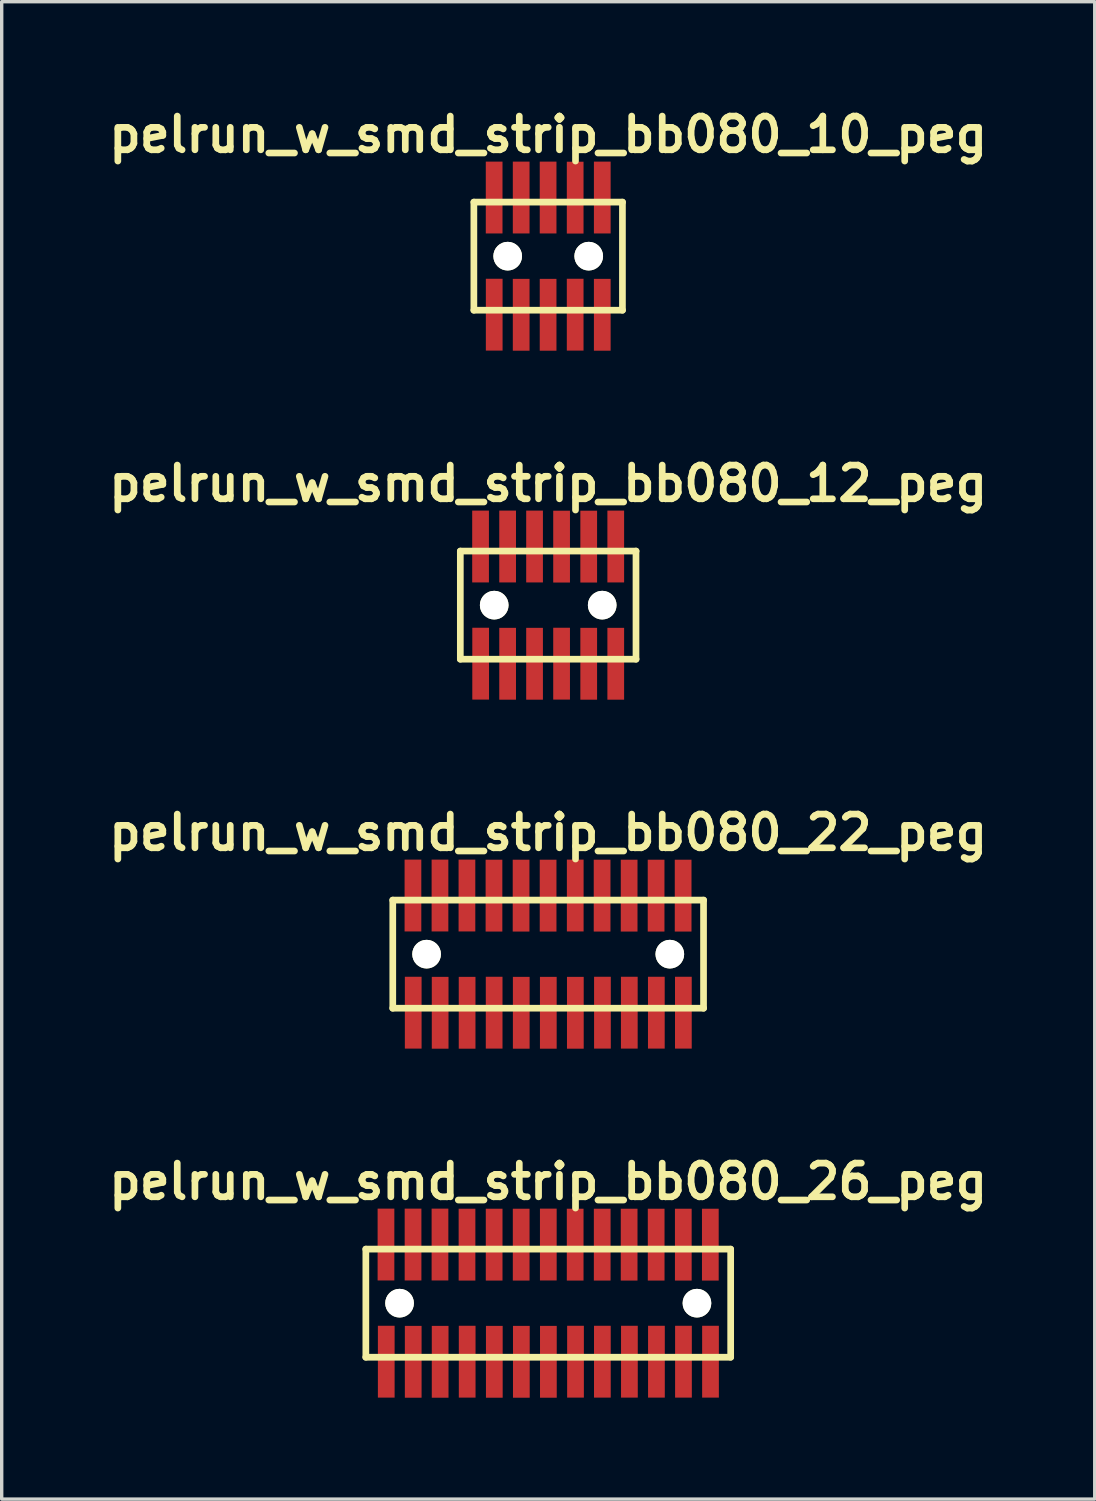
<source format=kicad_pcb>
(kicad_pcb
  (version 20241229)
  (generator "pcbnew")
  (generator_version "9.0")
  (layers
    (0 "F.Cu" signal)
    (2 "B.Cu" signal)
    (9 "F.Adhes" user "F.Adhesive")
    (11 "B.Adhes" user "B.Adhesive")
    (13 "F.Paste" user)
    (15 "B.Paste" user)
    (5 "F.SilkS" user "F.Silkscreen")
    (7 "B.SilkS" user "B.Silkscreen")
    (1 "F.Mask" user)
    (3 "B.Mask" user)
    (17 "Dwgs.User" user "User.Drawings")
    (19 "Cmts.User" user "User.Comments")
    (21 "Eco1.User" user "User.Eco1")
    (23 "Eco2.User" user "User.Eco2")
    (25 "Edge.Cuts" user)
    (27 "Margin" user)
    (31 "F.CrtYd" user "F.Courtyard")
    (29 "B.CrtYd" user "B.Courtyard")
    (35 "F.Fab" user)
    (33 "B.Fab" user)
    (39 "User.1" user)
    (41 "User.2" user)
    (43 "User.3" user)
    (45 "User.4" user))
  (footprint "pelrun_w_smd_strip_bb080_10_peg"
    (layer "F.Cu")
    (at 13.174 4.531)
    (property "Reference" "pelrun_w_smd_strip_bb080_10_peg" (at 0 -3.599 0) (layer "F.SilkS") (effects (font (size 0.998 0.998) (thickness 0.198))))
    (attr through_hole)
    (fp_line (start -2.2 -1.6) (end -2.2 1.6) (stroke (width 0.198) (type solid)) (layer "F.SilkS"))
    (fp_line (start -2.2 -1.6) (end 2.2 -1.6) (stroke (width 0.198) (type solid)) (layer "F.SilkS"))
    (fp_line (start 2.197 1.6) (end 2.197 -1.6) (stroke (width 0.198) (type solid)) (layer "F.SilkS"))
    (fp_line (start 2.2 1.6) (end -2.2 1.6) (stroke (width 0.198) (type solid)) (layer "F.SilkS"))
    (pad "" np_thru_hole circle (at -1.199 0) (size 0.848 0.848) (drill 0.848) (layers "*.Cu" "*.Mask" "F.SilkS"))
    (pad "" np_thru_hole circle (at 1.199 0) (size 0.848 0.848) (drill 0.848) (layers "*.Cu" "*.Mask" "F.SilkS"))
    (pad "1" smd rect (at -1.598 1.732) (size 0.495 2.126) (layers "F.Cu" "F.Mask" "F.Paste"))
    (pad "2" smd rect (at -1.6 -1.735) (size 0.495 2.126) (layers "F.Cu" "F.Mask" "F.Paste"))
    (pad "3" smd rect (at -0.8 1.735) (size 0.495 2.126) (layers "F.Cu" "F.Mask" "F.Paste"))
    (pad "4" smd rect (at -0.8 -1.735) (size 0.495 2.126) (layers "F.Cu" "F.Mask" "F.Paste"))
    (pad "5" smd rect (at -0.003 1.735) (size 0.495 2.126) (layers "F.Cu" "F.Mask" "F.Paste"))
    (pad "6" smd rect (at -0.003 -1.735) (size 0.495 2.126) (layers "F.Cu" "F.Mask" "F.Paste"))
    (pad "7" smd rect (at 0.798 1.732) (size 0.495 2.126) (layers "F.Cu" "F.Mask" "F.Paste"))
    (pad "8" smd rect (at 0.798 -1.732) (size 0.495 2.126) (layers "F.Cu" "F.Mask" "F.Paste"))
    (pad "9" smd rect (at 1.6 1.735) (size 0.495 2.126) (layers "F.Cu" "F.Mask" "F.Paste"))
    (pad "10" smd rect (at 1.6 -1.735) (size 0.495 2.126) (layers "F.Cu" "F.Mask" "F.Paste")))
  (footprint "pelrun_w_smd_strip_bb080_26_peg"
    (layer "F.Cu")
    (at 13.174 35.517)
    (property "Reference" "pelrun_w_smd_strip_bb080_26_peg" (at 0 -3.599 0) (layer "F.SilkS") (effects (font (size 0.998 0.998) (thickness 0.198))))
    (attr through_hole)
    (fp_line (start -5.4 -1.6) (end 5.4 -1.6) (stroke (width 0.198) (type solid)) (layer "F.SilkS"))
    (fp_line (start -5.397 -1.6) (end -5.397 1.6) (stroke (width 0.198) (type solid)) (layer "F.SilkS"))
    (fp_line (start 5.4 1.6) (end -5.4 1.6) (stroke (width 0.198) (type solid)) (layer "F.SilkS"))
    (fp_line (start 5.4 1.6) (end 5.4 -1.6) (stroke (width 0.198) (type solid)) (layer "F.SilkS"))
    (pad "" np_thru_hole circle (at -4.399 0) (size 0.848 0.848) (drill 0.848) (layers "*.Cu" "*.Mask" "F.SilkS"))
    (pad "" np_thru_hole circle (at 4.402 0) (size 0.848 0.848) (drill 0.848) (layers "*.Cu" "*.Mask" "F.SilkS"))
    (pad "1" smd rect (at -4.793 1.732) (size 0.495 2.126) (layers "F.Cu" "F.Mask" "F.Paste"))
    (pad "2" smd rect (at -4.801 -1.735) (size 0.495 2.126) (layers "F.Cu" "F.Mask" "F.Paste"))
    (pad "3" smd rect (at -3.995 1.735) (size 0.495 2.126) (layers "F.Cu" "F.Mask" "F.Paste"))
    (pad "4" smd rect (at -4 -1.735) (size 0.495 2.126) (layers "F.Cu" "F.Mask" "F.Paste"))
    (pad "5" smd rect (at -3.198 1.735) (size 0.495 2.126) (layers "F.Cu" "F.Mask" "F.Paste"))
    (pad "6" smd rect (at -3.203 -1.735) (size 0.495 2.126) (layers "F.Cu" "F.Mask" "F.Paste"))
    (pad "7" smd rect (at -2.398 1.732) (size 0.495 2.126) (layers "F.Cu" "F.Mask" "F.Paste"))
    (pad "8" smd rect (at -2.403 -1.732) (size 0.495 2.126) (layers "F.Cu" "F.Mask" "F.Paste"))
    (pad "9" smd rect (at -1.595 1.735) (size 0.495 2.126) (layers "F.Cu" "F.Mask" "F.Paste"))
    (pad "10" smd rect (at -1.6 -1.732) (size 0.495 2.126) (layers "F.Cu" "F.Mask" "F.Paste"))
    (pad "11" smd rect (at -0.795 1.735) (size 0.495 2.126) (layers "F.Cu" "F.Mask" "F.Paste"))
    (pad "12" smd rect (at -0.8 -1.732) (size 0.495 2.126) (layers "F.Cu" "F.Mask" "F.Paste"))
    (pad "13" smd rect (at 0.005 1.735) (size 0.495 2.126) (layers "F.Cu" "F.Mask" "F.Paste"))
    (pad "14" smd rect (at 0.003 -1.735) (size 0.495 2.126) (layers "F.Cu" "F.Mask" "F.Paste"))
    (pad "15" smd rect (at 0.808 1.732) (size 0.495 2.126) (layers "F.Cu" "F.Mask" "F.Paste"))
    (pad "16" smd rect (at 0.798 -1.732) (size 0.495 2.126) (layers "F.Cu" "F.Mask" "F.Paste"))
    (pad "17" smd rect (at 1.603 1.732) (size 0.495 2.126) (layers "F.Cu" "F.Mask" "F.Paste"))
    (pad "18" smd rect (at 1.598 -1.732) (size 0.495 2.126) (layers "F.Cu" "F.Mask" "F.Paste"))
    (pad "19" smd rect (at 2.403 1.732) (size 0.495 2.126) (layers "F.Cu" "F.Mask" "F.Paste"))
    (pad "20" smd rect (at 2.395 -1.732) (size 0.495 2.126) (layers "F.Cu" "F.Mask" "F.Paste"))
    (pad "21" smd rect (at 3.203 1.732) (size 0.495 2.126) (layers "F.Cu" "F.Mask" "F.Paste"))
    (pad "22" smd rect (at 3.195 -1.732) (size 0.495 2.126) (layers "F.Cu" "F.Mask" "F.Paste"))
    (pad "23" smd rect (at 4.003 1.732) (size 0.495 2.126) (layers "F.Cu" "F.Mask" "F.Paste"))
    (pad "24" smd rect (at 3.998 -1.732) (size 0.495 2.126) (layers "F.Cu" "F.Mask" "F.Paste"))
    (pad "25" smd rect (at 4.803 1.732) (size 0.495 2.126) (layers "F.Cu" "F.Mask" "F.Paste"))
    (pad "26" smd rect (at 4.798 -1.732) (size 0.495 2.126) (layers "F.Cu" "F.Mask" "F.Paste")))
  (footprint "pelrun_w_smd_strip_bb080_22_peg"
    (layer "F.Cu")
    (at 13.174 25.188)
    (property "Reference" "pelrun_w_smd_strip_bb080_22_peg" (at 0 -3.599 0) (layer "F.SilkS") (effects (font (size 0.998 0.998) (thickness 0.198))))
    (attr through_hole)
    (fp_line (start -4.602 1.6) (end 4.6 1.6) (stroke (width 0.198) (type solid)) (layer "F.SilkS"))
    (fp_line (start -4.6 -1.6) (end -4.6 1.6) (stroke (width 0.198) (type solid)) (layer "F.SilkS"))
    (fp_line (start 4.597 1.6) (end 4.597 -1.6) (stroke (width 0.198) (type solid)) (layer "F.SilkS"))
    (fp_line (start 4.6 -1.6) (end -4.602 -1.6) (stroke (width 0.198) (type solid)) (layer "F.SilkS"))
    (pad "" np_thru_hole circle (at -3.599 0) (size 0.848 0.848) (drill 0.848) (layers "*.Cu" "*.Mask" "F.SilkS"))
    (pad "" np_thru_hole circle (at 3.599 0) (size 0.848 0.848) (drill 0.848) (layers "*.Cu" "*.Mask" "F.SilkS"))
    (pad "1" smd rect (at -3.995 1.732) (size 0.495 2.126) (layers "F.Cu" "F.Mask" "F.Paste"))
    (pad "2" smd rect (at -4.003 -1.735) (size 0.495 2.126) (layers "F.Cu" "F.Mask" "F.Paste"))
    (pad "3" smd rect (at -3.198 1.735) (size 0.495 2.126) (layers "F.Cu" "F.Mask" "F.Paste"))
    (pad "4" smd rect (at -3.203 -1.735) (size 0.495 2.126) (layers "F.Cu" "F.Mask" "F.Paste"))
    (pad "5" smd rect (at -2.4 1.735) (size 0.495 2.126) (layers "F.Cu" "F.Mask" "F.Paste"))
    (pad "6" smd rect (at -2.405 -1.735) (size 0.495 2.126) (layers "F.Cu" "F.Mask" "F.Paste"))
    (pad "7" smd rect (at -1.6 1.732) (size 0.495 2.126) (layers "F.Cu" "F.Mask" "F.Paste"))
    (pad "8" smd rect (at -1.605 -1.732) (size 0.495 2.126) (layers "F.Cu" "F.Mask" "F.Paste"))
    (pad "9" smd rect (at -0.798 1.735) (size 0.495 2.126) (layers "F.Cu" "F.Mask" "F.Paste"))
    (pad "10" smd rect (at -0.803 -1.732) (size 0.495 2.126) (layers "F.Cu" "F.Mask" "F.Paste"))
    (pad "11" smd rect (at 0.003 1.735) (size 0.495 2.126) (layers "F.Cu" "F.Mask" "F.Paste"))
    (pad "12" smd rect (at -0.003 -1.732) (size 0.495 2.126) (layers "F.Cu" "F.Mask" "F.Paste"))
    (pad "13" smd rect (at 0.803 1.735) (size 0.495 2.126) (layers "F.Cu" "F.Mask" "F.Paste"))
    (pad "14" smd rect (at 0.8 -1.735) (size 0.495 2.126) (layers "F.Cu" "F.Mask" "F.Paste"))
    (pad "15" smd rect (at 1.605 1.732) (size 0.495 2.126) (layers "F.Cu" "F.Mask" "F.Paste"))
    (pad "16" smd rect (at 1.595 -1.732) (size 0.495 2.126) (layers "F.Cu" "F.Mask" "F.Paste"))
    (pad "17" smd rect (at 2.4 1.732) (size 0.495 2.126) (layers "F.Cu" "F.Mask" "F.Paste"))
    (pad "18" smd rect (at 2.395 -1.732) (size 0.495 2.126) (layers "F.Cu" "F.Mask" "F.Paste"))
    (pad "19" smd rect (at 3.2 1.732) (size 0.495 2.126) (layers "F.Cu" "F.Mask" "F.Paste"))
    (pad "20" smd rect (at 3.193 -1.732) (size 0.495 2.126) (layers "F.Cu" "F.Mask" "F.Paste"))
    (pad "21" smd rect (at 4 1.732) (size 0.495 2.126) (layers "F.Cu" "F.Mask" "F.Paste"))
    (pad "22" smd rect (at 3.993 -1.732) (size 0.495 2.126) (layers "F.Cu" "F.Mask" "F.Paste")))
  (footprint "pelrun_w_smd_strip_bb080_12_peg"
    (layer "F.Cu")
    (at 13.174 14.859)
    (property "Reference" "pelrun_w_smd_strip_bb080_12_peg" (at 0 -3.599 0) (layer "F.SilkS") (effects (font (size 0.998 0.998) (thickness 0.198))))
    (attr through_hole)
    (fp_line (start -2.601 -1.6) (end -2.601 1.6) (stroke (width 0.198) (type solid)) (layer "F.SilkS"))
    (fp_line (start -2.601 1.6) (end 2.601 1.6) (stroke (width 0.198) (type solid)) (layer "F.SilkS"))
    (fp_line (start 2.598 1.6) (end 2.598 -1.6) (stroke (width 0.198) (type solid)) (layer "F.SilkS"))
    (fp_line (start 2.601 -1.6) (end -2.601 -1.6) (stroke (width 0.198) (type solid)) (layer "F.SilkS"))
    (pad "" np_thru_hole circle (at -1.598 0) (size 0.848 0.848) (drill 0.848) (layers "*.Cu" "*.Mask" "F.SilkS"))
    (pad "" np_thru_hole circle (at 1.598 0) (size 0.848 0.848) (drill 0.848) (layers "*.Cu" "*.Mask" "F.SilkS"))
    (pad "1" smd rect (at -1.999 1.732) (size 0.495 2.126) (layers "F.Cu" "F.Mask" "F.Paste"))
    (pad "2" smd rect (at -2.002 -1.735) (size 0.495 2.126) (layers "F.Cu" "F.Mask" "F.Paste"))
    (pad "3" smd rect (at -1.201 1.735) (size 0.495 2.126) (layers "F.Cu" "F.Mask" "F.Paste"))
    (pad "4" smd rect (at -1.201 -1.735) (size 0.495 2.126) (layers "F.Cu" "F.Mask" "F.Paste"))
    (pad "5" smd rect (at -0.404 1.735) (size 0.495 2.126) (layers "F.Cu" "F.Mask" "F.Paste"))
    (pad "6" smd rect (at -0.404 -1.735) (size 0.495 2.126) (layers "F.Cu" "F.Mask" "F.Paste"))
    (pad "7" smd rect (at 0.396 1.732) (size 0.495 2.126) (layers "F.Cu" "F.Mask" "F.Paste"))
    (pad "8" smd rect (at 0.396 -1.732) (size 0.495 2.126) (layers "F.Cu" "F.Mask" "F.Paste"))
    (pad "9" smd rect (at 1.199 1.735) (size 0.495 2.126) (layers "F.Cu" "F.Mask" "F.Paste"))
    (pad "10" smd rect (at 1.199 -1.732) (size 0.495 2.126) (layers "F.Cu" "F.Mask" "F.Paste"))
    (pad "11" smd rect (at 1.999 1.735) (size 0.495 2.126) (layers "F.Cu" "F.Mask" "F.Paste"))
    (pad "12" smd rect (at 1.999 -1.735) (size 0.495 2.126) (layers "F.Cu" "F.Mask" "F.Paste")))
  (gr_rect
    (start -3 -3)
    (end 29.348 41.315)
    (stroke (width 0.1) (type default))
    (fill no)
    (layer "Edge.Cuts")))
</source>
